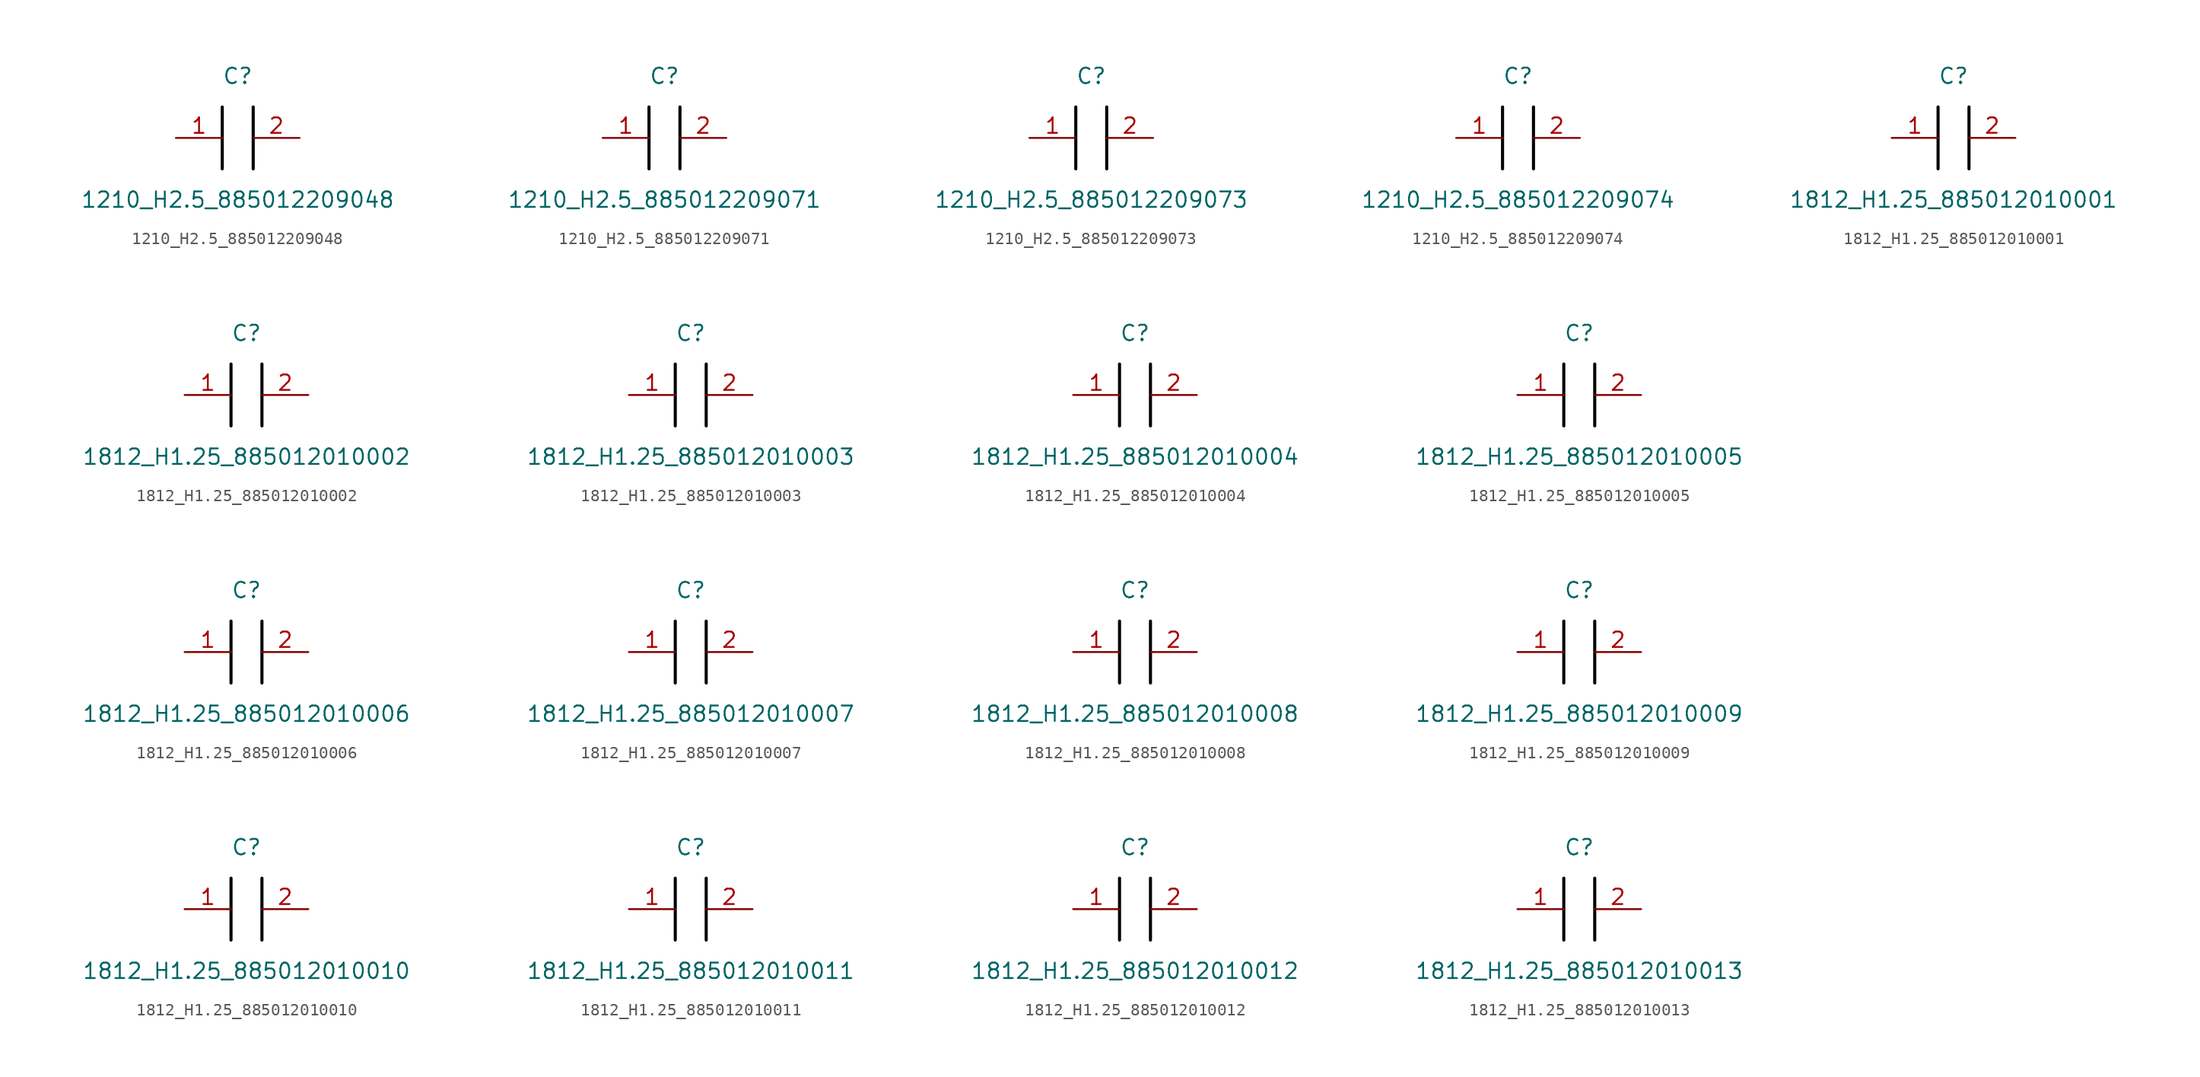
<source format=kicad_sym>
(kicad_symbol_lib
  (version 20220914)
  (generator kicad_symbol_editor)
  (symbol "1210_H2.5_885012209048"
    (pin_names hide)
    (property "Reference" "C"
      (at 0 5.08 0)
      (effects (font (size 1.27 1.27))))
    (property "Value" "1210_H2.5_885012209048"
      (at 0 -5.08 0)
      (effects (font (size 1.27 1.27))))
    (symbol "1210_H2.5_885012209048_1_1"
      (polyline (pts (xy -1.27 2.54) (xy -1.27 -2.54)) (stroke (width 0.254) (type default) (color 0 0 0 1)) (fill (type none)))
      (polyline (pts (xy 1.27 2.54) (xy 1.27 -2.54)) (stroke (width 0.254) (type default) (color 0 0 0 1)) (fill (type none)))
      (pin passive line (at -5.08 0 0) (length 3.81) (name "1" (effects (font (size 1.27 1.27)))) (number "1" (effects (font (size 1.27 1.27)))))
      (pin passive line (at 5.08 0 180) (length 3.81) (name "2" (effects (font (size 1.27 1.27)))) (number "2" (effects (font (size 1.27 1.27)))))))
  (symbol "1210_H2.5_885012209071"
    (pin_names hide)
    (property "Reference" "C"
      (at 0 5.08 0)
      (effects (font (size 1.27 1.27))))
    (property "Value" "1210_H2.5_885012209071"
      (at 0 -5.08 0)
      (effects (font (size 1.27 1.27))))
    (symbol "1210_H2.5_885012209071_1_1"
      (polyline (pts (xy -1.27 2.54) (xy -1.27 -2.54)) (stroke (width 0.254) (type default) (color 0 0 0 1)) (fill (type none)))
      (polyline (pts (xy 1.27 2.54) (xy 1.27 -2.54)) (stroke (width 0.254) (type default) (color 0 0 0 1)) (fill (type none)))
      (pin passive line (at -5.08 0 0) (length 3.81) (name "1" (effects (font (size 1.27 1.27)))) (number "1" (effects (font (size 1.27 1.27)))))
      (pin passive line (at 5.08 0 180) (length 3.81) (name "2" (effects (font (size 1.27 1.27)))) (number "2" (effects (font (size 1.27 1.27)))))))
  (symbol "1210_H2.5_885012209073"
    (pin_names hide)
    (property "Reference" "C"
      (at 0 5.08 0)
      (effects (font (size 1.27 1.27))))
    (property "Value" "1210_H2.5_885012209073"
      (at 0 -5.08 0)
      (effects (font (size 1.27 1.27))))
    (symbol "1210_H2.5_885012209073_1_1"
      (polyline (pts (xy -1.27 2.54) (xy -1.27 -2.54)) (stroke (width 0.254) (type default) (color 0 0 0 1)) (fill (type none)))
      (polyline (pts (xy 1.27 2.54) (xy 1.27 -2.54)) (stroke (width 0.254) (type default) (color 0 0 0 1)) (fill (type none)))
      (pin passive line (at -5.08 0 0) (length 3.81) (name "1" (effects (font (size 1.27 1.27)))) (number "1" (effects (font (size 1.27 1.27)))))
      (pin passive line (at 5.08 0 180) (length 3.81) (name "2" (effects (font (size 1.27 1.27)))) (number "2" (effects (font (size 1.27 1.27)))))))
  (symbol "1210_H2.5_885012209074"
    (pin_names hide)
    (property "Reference" "C"
      (at 0 5.08 0)
      (effects (font (size 1.27 1.27))))
    (property "Value" "1210_H2.5_885012209074"
      (at 0 -5.08 0)
      (effects (font (size 1.27 1.27))))
    (symbol "1210_H2.5_885012209074_1_1"
      (polyline (pts (xy -1.27 2.54) (xy -1.27 -2.54)) (stroke (width 0.254) (type default) (color 0 0 0 1)) (fill (type none)))
      (polyline (pts (xy 1.27 2.54) (xy 1.27 -2.54)) (stroke (width 0.254) (type default) (color 0 0 0 1)) (fill (type none)))
      (pin passive line (at -5.08 0 0) (length 3.81) (name "1" (effects (font (size 1.27 1.27)))) (number "1" (effects (font (size 1.27 1.27)))))
      (pin passive line (at 5.08 0 180) (length 3.81) (name "2" (effects (font (size 1.27 1.27)))) (number "2" (effects (font (size 1.27 1.27)))))))
  (symbol "1812_H1.25_885012010001"
    (pin_names hide)
    (property "Reference" "C"
      (at 0 5.08 0)
      (effects (font (size 1.27 1.27))))
    (property "Value" "1812_H1.25_885012010001"
      (at 0 -5.08 0)
      (effects (font (size 1.27 1.27))))
    (symbol "1812_H1.25_885012010001_1_1"
      (polyline (pts (xy -1.27 2.54) (xy -1.27 -2.54)) (stroke (width 0.254) (type default) (color 0 0 0 1)) (fill (type none)))
      (polyline (pts (xy 1.27 2.54) (xy 1.27 -2.54)) (stroke (width 0.254) (type default) (color 0 0 0 1)) (fill (type none)))
      (pin passive line (at -5.08 0 0) (length 3.81) (name "1" (effects (font (size 1.27 1.27)))) (number "1" (effects (font (size 1.27 1.27)))))
      (pin passive line (at 5.08 0 180) (length 3.81) (name "2" (effects (font (size 1.27 1.27)))) (number "2" (effects (font (size 1.27 1.27)))))))
  (symbol "1812_H1.25_885012010002"
    (pin_names hide)
    (property "Reference" "C"
      (at 0 5.08 0)
      (effects (font (size 1.27 1.27))))
    (property "Value" "1812_H1.25_885012010002"
      (at 0 -5.08 0)
      (effects (font (size 1.27 1.27))))
    (symbol "1812_H1.25_885012010002_1_1"
      (polyline (pts (xy -1.27 2.54) (xy -1.27 -2.54)) (stroke (width 0.254) (type default) (color 0 0 0 1)) (fill (type none)))
      (polyline (pts (xy 1.27 2.54) (xy 1.27 -2.54)) (stroke (width 0.254) (type default) (color 0 0 0 1)) (fill (type none)))
      (pin passive line (at -5.08 0 0) (length 3.81) (name "1" (effects (font (size 1.27 1.27)))) (number "1" (effects (font (size 1.27 1.27)))))
      (pin passive line (at 5.08 0 180) (length 3.81) (name "2" (effects (font (size 1.27 1.27)))) (number "2" (effects (font (size 1.27 1.27)))))))
  (symbol "1812_H1.25_885012010003"
    (pin_names hide)
    (property "Reference" "C"
      (at 0 5.08 0)
      (effects (font (size 1.27 1.27))))
    (property "Value" "1812_H1.25_885012010003"
      (at 0 -5.08 0)
      (effects (font (size 1.27 1.27))))
    (symbol "1812_H1.25_885012010003_1_1"
      (polyline (pts (xy -1.27 2.54) (xy -1.27 -2.54)) (stroke (width 0.254) (type default) (color 0 0 0 1)) (fill (type none)))
      (polyline (pts (xy 1.27 2.54) (xy 1.27 -2.54)) (stroke (width 0.254) (type default) (color 0 0 0 1)) (fill (type none)))
      (pin passive line (at -5.08 0 0) (length 3.81) (name "1" (effects (font (size 1.27 1.27)))) (number "1" (effects (font (size 1.27 1.27)))))
      (pin passive line (at 5.08 0 180) (length 3.81) (name "2" (effects (font (size 1.27 1.27)))) (number "2" (effects (font (size 1.27 1.27)))))))
  (symbol "1812_H1.25_885012010004"
    (pin_names hide)
    (property "Reference" "C"
      (at 0 5.08 0)
      (effects (font (size 1.27 1.27))))
    (property "Value" "1812_H1.25_885012010004"
      (at 0 -5.08 0)
      (effects (font (size 1.27 1.27))))
    (symbol "1812_H1.25_885012010004_1_1"
      (polyline (pts (xy -1.27 2.54) (xy -1.27 -2.54)) (stroke (width 0.254) (type default) (color 0 0 0 1)) (fill (type none)))
      (polyline (pts (xy 1.27 2.54) (xy 1.27 -2.54)) (stroke (width 0.254) (type default) (color 0 0 0 1)) (fill (type none)))
      (pin passive line (at -5.08 0 0) (length 3.81) (name "1" (effects (font (size 1.27 1.27)))) (number "1" (effects (font (size 1.27 1.27)))))
      (pin passive line (at 5.08 0 180) (length 3.81) (name "2" (effects (font (size 1.27 1.27)))) (number "2" (effects (font (size 1.27 1.27)))))))
  (symbol "1812_H1.25_885012010005"
    (pin_names hide)
    (property "Reference" "C"
      (at 0 5.08 0)
      (effects (font (size 1.27 1.27))))
    (property "Value" "1812_H1.25_885012010005"
      (at 0 -5.08 0)
      (effects (font (size 1.27 1.27))))
    (symbol "1812_H1.25_885012010005_1_1"
      (polyline (pts (xy -1.27 2.54) (xy -1.27 -2.54)) (stroke (width 0.254) (type default) (color 0 0 0 1)) (fill (type none)))
      (polyline (pts (xy 1.27 2.54) (xy 1.27 -2.54)) (stroke (width 0.254) (type default) (color 0 0 0 1)) (fill (type none)))
      (pin passive line (at -5.08 0 0) (length 3.81) (name "1" (effects (font (size 1.27 1.27)))) (number "1" (effects (font (size 1.27 1.27)))))
      (pin passive line (at 5.08 0 180) (length 3.81) (name "2" (effects (font (size 1.27 1.27)))) (number "2" (effects (font (size 1.27 1.27)))))))
  (symbol "1812_H1.25_885012010006"
    (pin_names hide)
    (property "Reference" "C"
      (at 0 5.08 0)
      (effects (font (size 1.27 1.27))))
    (property "Value" "1812_H1.25_885012010006"
      (at 0 -5.08 0)
      (effects (font (size 1.27 1.27))))
    (symbol "1812_H1.25_885012010006_1_1"
      (polyline (pts (xy -1.27 2.54) (xy -1.27 -2.54)) (stroke (width 0.254) (type default) (color 0 0 0 1)) (fill (type none)))
      (polyline (pts (xy 1.27 2.54) (xy 1.27 -2.54)) (stroke (width 0.254) (type default) (color 0 0 0 1)) (fill (type none)))
      (pin passive line (at -5.08 0 0) (length 3.81) (name "1" (effects (font (size 1.27 1.27)))) (number "1" (effects (font (size 1.27 1.27)))))
      (pin passive line (at 5.08 0 180) (length 3.81) (name "2" (effects (font (size 1.27 1.27)))) (number "2" (effects (font (size 1.27 1.27)))))))
  (symbol "1812_H1.25_885012010007"
    (pin_names hide)
    (property "Reference" "C"
      (at 0 5.08 0)
      (effects (font (size 1.27 1.27))))
    (property "Value" "1812_H1.25_885012010007"
      (at 0 -5.08 0)
      (effects (font (size 1.27 1.27))))
    (symbol "1812_H1.25_885012010007_1_1"
      (polyline (pts (xy -1.27 2.54) (xy -1.27 -2.54)) (stroke (width 0.254) (type default) (color 0 0 0 1)) (fill (type none)))
      (polyline (pts (xy 1.27 2.54) (xy 1.27 -2.54)) (stroke (width 0.254) (type default) (color 0 0 0 1)) (fill (type none)))
      (pin passive line (at -5.08 0 0) (length 3.81) (name "1" (effects (font (size 1.27 1.27)))) (number "1" (effects (font (size 1.27 1.27)))))
      (pin passive line (at 5.08 0 180) (length 3.81) (name "2" (effects (font (size 1.27 1.27)))) (number "2" (effects (font (size 1.27 1.27)))))))
  (symbol "1812_H1.25_885012010008"
    (pin_names hide)
    (property "Reference" "C"
      (at 0 5.08 0)
      (effects (font (size 1.27 1.27))))
    (property "Value" "1812_H1.25_885012010008"
      (at 0 -5.08 0)
      (effects (font (size 1.27 1.27))))
    (symbol "1812_H1.25_885012010008_1_1"
      (polyline (pts (xy -1.27 2.54) (xy -1.27 -2.54)) (stroke (width 0.254) (type default) (color 0 0 0 1)) (fill (type none)))
      (polyline (pts (xy 1.27 2.54) (xy 1.27 -2.54)) (stroke (width 0.254) (type default) (color 0 0 0 1)) (fill (type none)))
      (pin passive line (at -5.08 0 0) (length 3.81) (name "1" (effects (font (size 1.27 1.27)))) (number "1" (effects (font (size 1.27 1.27)))))
      (pin passive line (at 5.08 0 180) (length 3.81) (name "2" (effects (font (size 1.27 1.27)))) (number "2" (effects (font (size 1.27 1.27)))))))
  (symbol "1812_H1.25_885012010009"
    (pin_names hide)
    (property "Reference" "C"
      (at 0 5.08 0)
      (effects (font (size 1.27 1.27))))
    (property "Value" "1812_H1.25_885012010009"
      (at 0 -5.08 0)
      (effects (font (size 1.27 1.27))))
    (symbol "1812_H1.25_885012010009_1_1"
      (polyline (pts (xy -1.27 2.54) (xy -1.27 -2.54)) (stroke (width 0.254) (type default) (color 0 0 0 1)) (fill (type none)))
      (polyline (pts (xy 1.27 2.54) (xy 1.27 -2.54)) (stroke (width 0.254) (type default) (color 0 0 0 1)) (fill (type none)))
      (pin passive line (at -5.08 0 0) (length 3.81) (name "1" (effects (font (size 1.27 1.27)))) (number "1" (effects (font (size 1.27 1.27)))))
      (pin passive line (at 5.08 0 180) (length 3.81) (name "2" (effects (font (size 1.27 1.27)))) (number "2" (effects (font (size 1.27 1.27)))))))
  (symbol "1812_H1.25_885012010010"
    (pin_names hide)
    (property "Reference" "C"
      (at 0 5.08 0)
      (effects (font (size 1.27 1.27))))
    (property "Value" "1812_H1.25_885012010010"
      (at 0 -5.08 0)
      (effects (font (size 1.27 1.27))))
    (symbol "1812_H1.25_885012010010_1_1"
      (polyline (pts (xy -1.27 2.54) (xy -1.27 -2.54)) (stroke (width 0.254) (type default) (color 0 0 0 1)) (fill (type none)))
      (polyline (pts (xy 1.27 2.54) (xy 1.27 -2.54)) (stroke (width 0.254) (type default) (color 0 0 0 1)) (fill (type none)))
      (pin passive line (at -5.08 0 0) (length 3.81) (name "1" (effects (font (size 1.27 1.27)))) (number "1" (effects (font (size 1.27 1.27)))))
      (pin passive line (at 5.08 0 180) (length 3.81) (name "2" (effects (font (size 1.27 1.27)))) (number "2" (effects (font (size 1.27 1.27)))))))
  (symbol "1812_H1.25_885012010011"
    (pin_names hide)
    (property "Reference" "C"
      (at 0 5.08 0)
      (effects (font (size 1.27 1.27))))
    (property "Value" "1812_H1.25_885012010011"
      (at 0 -5.08 0)
      (effects (font (size 1.27 1.27))))
    (symbol "1812_H1.25_885012010011_1_1"
      (polyline (pts (xy -1.27 2.54) (xy -1.27 -2.54)) (stroke (width 0.254) (type default) (color 0 0 0 1)) (fill (type none)))
      (polyline (pts (xy 1.27 2.54) (xy 1.27 -2.54)) (stroke (width 0.254) (type default) (color 0 0 0 1)) (fill (type none)))
      (pin passive line (at -5.08 0 0) (length 3.81) (name "1" (effects (font (size 1.27 1.27)))) (number "1" (effects (font (size 1.27 1.27)))))
      (pin passive line (at 5.08 0 180) (length 3.81) (name "2" (effects (font (size 1.27 1.27)))) (number "2" (effects (font (size 1.27 1.27)))))))
  (symbol "1812_H1.25_885012010012"
    (pin_names hide)
    (property "Reference" "C"
      (at 0 5.08 0)
      (effects (font (size 1.27 1.27))))
    (property "Value" "1812_H1.25_885012010012"
      (at 0 -5.08 0)
      (effects (font (size 1.27 1.27))))
    (symbol "1812_H1.25_885012010012_1_1"
      (polyline (pts (xy -1.27 2.54) (xy -1.27 -2.54)) (stroke (width 0.254) (type default) (color 0 0 0 1)) (fill (type none)))
      (polyline (pts (xy 1.27 2.54) (xy 1.27 -2.54)) (stroke (width 0.254) (type default) (color 0 0 0 1)) (fill (type none)))
      (pin passive line (at -5.08 0 0) (length 3.81) (name "1" (effects (font (size 1.27 1.27)))) (number "1" (effects (font (size 1.27 1.27)))))
      (pin passive line (at 5.08 0 180) (length 3.81) (name "2" (effects (font (size 1.27 1.27)))) (number "2" (effects (font (size 1.27 1.27)))))))
  (symbol "1812_H1.25_885012010013"
    (pin_names hide)
    (property "Reference" "C"
      (at 0 5.08 0)
      (effects (font (size 1.27 1.27))))
    (property "Value" "1812_H1.25_885012010013"
      (at 0 -5.08 0)
      (effects (font (size 1.27 1.27))))
    (symbol "1812_H1.25_885012010013_1_1"
      (polyline (pts (xy -1.27 2.54) (xy -1.27 -2.54)) (stroke (width 0.254) (type default) (color 0 0 0 1)) (fill (type none)))
      (polyline (pts (xy 1.27 2.54) (xy 1.27 -2.54)) (stroke (width 0.254) (type default) (color 0 0 0 1)) (fill (type none)))
      (pin passive line (at -5.08 0 0) (length 3.81) (name "1" (effects (font (size 1.27 1.27)))) (number "1" (effects (font (size 1.27 1.27)))))
      (pin passive line (at 5.08 0 180) (length 3.81) (name "2" (effects (font (size 1.27 1.27)))) (number "2" (effects (font (size 1.27 1.27))))))))
</source>
